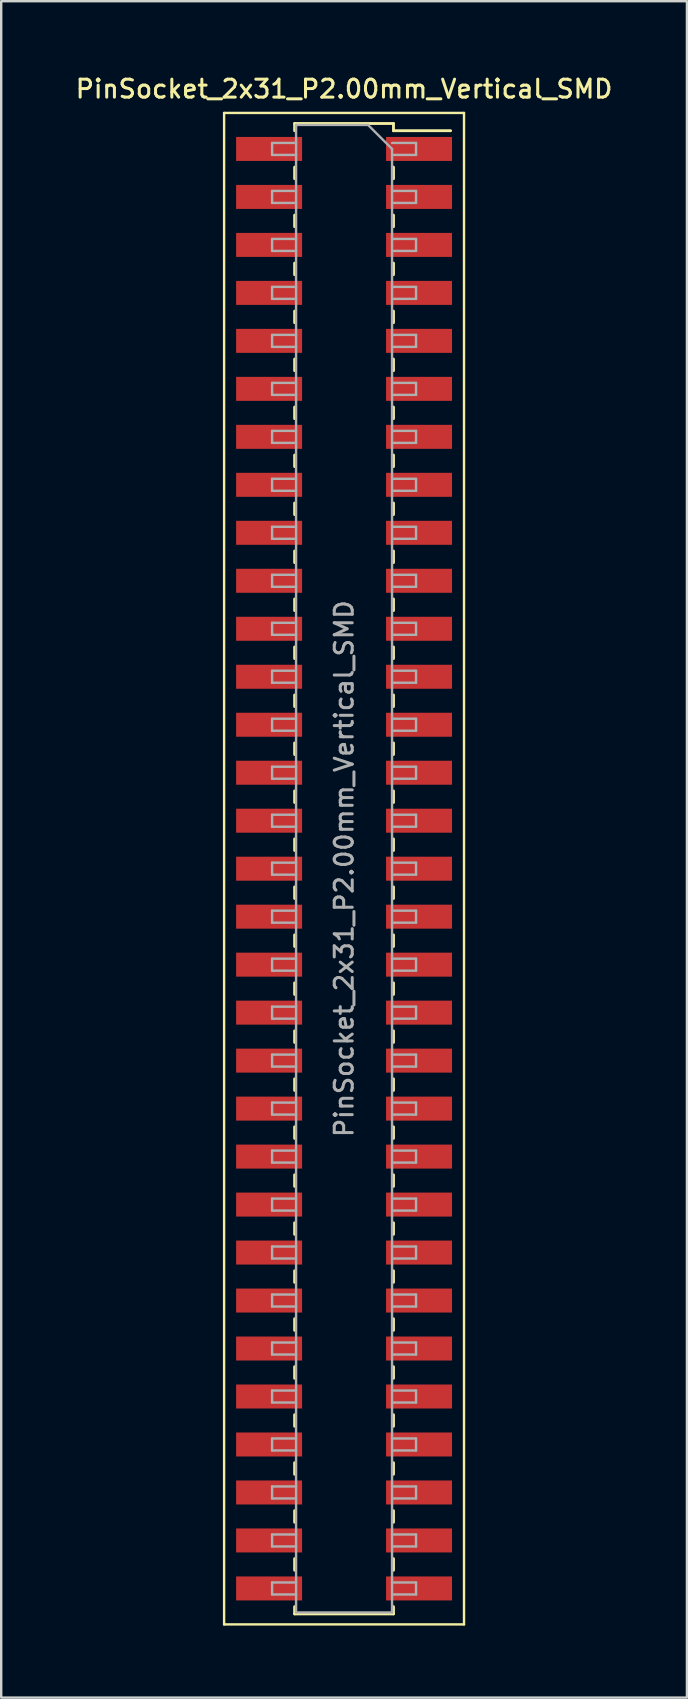
<source format=kicad_pcb>
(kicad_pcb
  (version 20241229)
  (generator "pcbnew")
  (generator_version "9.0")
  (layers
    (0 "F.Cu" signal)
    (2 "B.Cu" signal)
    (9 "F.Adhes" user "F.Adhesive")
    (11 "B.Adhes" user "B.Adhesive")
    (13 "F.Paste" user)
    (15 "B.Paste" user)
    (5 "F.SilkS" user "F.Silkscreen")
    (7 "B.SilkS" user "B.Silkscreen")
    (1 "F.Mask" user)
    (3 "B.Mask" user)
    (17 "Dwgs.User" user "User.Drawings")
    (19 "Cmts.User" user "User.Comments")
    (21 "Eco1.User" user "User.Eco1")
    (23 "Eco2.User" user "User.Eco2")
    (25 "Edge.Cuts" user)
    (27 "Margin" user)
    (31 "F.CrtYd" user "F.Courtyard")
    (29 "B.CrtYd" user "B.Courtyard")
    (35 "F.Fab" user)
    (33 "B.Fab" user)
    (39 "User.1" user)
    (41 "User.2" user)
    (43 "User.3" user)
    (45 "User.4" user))
  (footprint "PinSocket_2x31_P2.00mm_Vertical_SMD"
    (layer "F.Cu")
    (at 11.291 33.158)
    (property "Reference" "PinSocket_2x31_P2.00mm_Vertical_SMD" (at 0 -32.5 0) (layer "F.SilkS") (effects (font (size 0.75 0.75) (thickness 0.125))))
    (attr smd)
    (fp_line (start -5 -31.5) (end 5 -31.5) (stroke (width 0.1) (type solid)) (layer "F.SilkS"))
    (fp_line (start -5 31.5) (end -5 -31.5) (stroke (width 0.1) (type solid)) (layer "F.SilkS"))
    (fp_line (start -2.06 -31.06) (end -2.06 -30.76) (stroke (width 0.12) (type solid)) (layer "F.SilkS"))
    (fp_line (start -2.06 -31.06) (end 2.06 -31.06) (stroke (width 0.12) (type solid)) (layer "F.SilkS"))
    (fp_line (start -2.06 -29.24) (end -2.06 -28.76) (stroke (width 0.12) (type solid)) (layer "F.SilkS"))
    (fp_line (start -2.06 -27.24) (end -2.06 -26.76) (stroke (width 0.12) (type solid)) (layer "F.SilkS"))
    (fp_line (start -2.06 -25.24) (end -2.06 -24.76) (stroke (width 0.12) (type solid)) (layer "F.SilkS"))
    (fp_line (start -2.06 -23.24) (end -2.06 -22.76) (stroke (width 0.12) (type solid)) (layer "F.SilkS"))
    (fp_line (start -2.06 -21.24) (end -2.06 -20.76) (stroke (width 0.12) (type solid)) (layer "F.SilkS"))
    (fp_line (start -2.06 -19.24) (end -2.06 -18.76) (stroke (width 0.12) (type solid)) (layer "F.SilkS"))
    (fp_line (start -2.06 -17.24) (end -2.06 -16.76) (stroke (width 0.12) (type solid)) (layer "F.SilkS"))
    (fp_line (start -2.06 -15.24) (end -2.06 -14.76) (stroke (width 0.12) (type solid)) (layer "F.SilkS"))
    (fp_line (start -2.06 -13.24) (end -2.06 -12.76) (stroke (width 0.12) (type solid)) (layer "F.SilkS"))
    (fp_line (start -2.06 -11.24) (end -2.06 -10.76) (stroke (width 0.12) (type solid)) (layer "F.SilkS"))
    (fp_line (start -2.06 -9.24) (end -2.06 -8.76) (stroke (width 0.12) (type solid)) (layer "F.SilkS"))
    (fp_line (start -2.06 -7.24) (end -2.06 -6.76) (stroke (width 0.12) (type solid)) (layer "F.SilkS"))
    (fp_line (start -2.06 -5.24) (end -2.06 -4.76) (stroke (width 0.12) (type solid)) (layer "F.SilkS"))
    (fp_line (start -2.06 -3.24) (end -2.06 -2.76) (stroke (width 0.12) (type solid)) (layer "F.SilkS"))
    (fp_line (start -2.06 -1.24) (end -2.06 -0.76) (stroke (width 0.12) (type solid)) (layer "F.SilkS"))
    (fp_line (start -2.06 0.76) (end -2.06 1.24) (stroke (width 0.12) (type solid)) (layer "F.SilkS"))
    (fp_line (start -2.06 2.76) (end -2.06 3.24) (stroke (width 0.12) (type solid)) (layer "F.SilkS"))
    (fp_line (start -2.06 4.76) (end -2.06 5.24) (stroke (width 0.12) (type solid)) (layer "F.SilkS"))
    (fp_line (start -2.06 6.76) (end -2.06 7.24) (stroke (width 0.12) (type solid)) (layer "F.SilkS"))
    (fp_line (start -2.06 8.76) (end -2.06 9.24) (stroke (width 0.12) (type solid)) (layer "F.SilkS"))
    (fp_line (start -2.06 10.76) (end -2.06 11.24) (stroke (width 0.12) (type solid)) (layer "F.SilkS"))
    (fp_line (start -2.06 12.76) (end -2.06 13.24) (stroke (width 0.12) (type solid)) (layer "F.SilkS"))
    (fp_line (start -2.06 14.76) (end -2.06 15.24) (stroke (width 0.12) (type solid)) (layer "F.SilkS"))
    (fp_line (start -2.06 16.76) (end -2.06 17.24) (stroke (width 0.12) (type solid)) (layer "F.SilkS"))
    (fp_line (start -2.06 18.76) (end -2.06 19.24) (stroke (width 0.12) (type solid)) (layer "F.SilkS"))
    (fp_line (start -2.06 20.76) (end -2.06 21.24) (stroke (width 0.12) (type solid)) (layer "F.SilkS"))
    (fp_line (start -2.06 22.76) (end -2.06 23.24) (stroke (width 0.12) (type solid)) (layer "F.SilkS"))
    (fp_line (start -2.06 24.76) (end -2.06 25.24) (stroke (width 0.12) (type solid)) (layer "F.SilkS"))
    (fp_line (start -2.06 26.76) (end -2.06 27.24) (stroke (width 0.12) (type solid)) (layer "F.SilkS"))
    (fp_line (start -2.06 28.76) (end -2.06 29.24) (stroke (width 0.12) (type solid)) (layer "F.SilkS"))
    (fp_line (start -2.06 30.76) (end -2.06 31.06) (stroke (width 0.12) (type solid)) (layer "F.SilkS"))
    (fp_line (start -2.06 31.06) (end 2.06 31.06) (stroke (width 0.12) (type solid)) (layer "F.SilkS"))
    (fp_line (start 2.06 -31.06) (end 2.06 -30.76) (stroke (width 0.12) (type solid)) (layer "F.SilkS"))
    (fp_line (start 2.06 -30.76) (end 4.44 -30.76) (stroke (width 0.12) (type solid)) (layer "F.SilkS"))
    (fp_line (start 2.06 -29.24) (end 2.06 -28.76) (stroke (width 0.12) (type solid)) (layer "F.SilkS"))
    (fp_line (start 2.06 -27.24) (end 2.06 -26.76) (stroke (width 0.12) (type solid)) (layer "F.SilkS"))
    (fp_line (start 2.06 -25.24) (end 2.06 -24.76) (stroke (width 0.12) (type solid)) (layer "F.SilkS"))
    (fp_line (start 2.06 -23.24) (end 2.06 -22.76) (stroke (width 0.12) (type solid)) (layer "F.SilkS"))
    (fp_line (start 2.06 -21.24) (end 2.06 -20.76) (stroke (width 0.12) (type solid)) (layer "F.SilkS"))
    (fp_line (start 2.06 -19.24) (end 2.06 -18.76) (stroke (width 0.12) (type solid)) (layer "F.SilkS"))
    (fp_line (start 2.06 -17.24) (end 2.06 -16.76) (stroke (width 0.12) (type solid)) (layer "F.SilkS"))
    (fp_line (start 2.06 -15.24) (end 2.06 -14.76) (stroke (width 0.12) (type solid)) (layer "F.SilkS"))
    (fp_line (start 2.06 -13.24) (end 2.06 -12.76) (stroke (width 0.12) (type solid)) (layer "F.SilkS"))
    (fp_line (start 2.06 -11.24) (end 2.06 -10.76) (stroke (width 0.12) (type solid)) (layer "F.SilkS"))
    (fp_line (start 2.06 -9.24) (end 2.06 -8.76) (stroke (width 0.12) (type solid)) (layer "F.SilkS"))
    (fp_line (start 2.06 -7.24) (end 2.06 -6.76) (stroke (width 0.12) (type solid)) (layer "F.SilkS"))
    (fp_line (start 2.06 -5.24) (end 2.06 -4.76) (stroke (width 0.12) (type solid)) (layer "F.SilkS"))
    (fp_line (start 2.06 -3.24) (end 2.06 -2.76) (stroke (width 0.12) (type solid)) (layer "F.SilkS"))
    (fp_line (start 2.06 -1.24) (end 2.06 -0.76) (stroke (width 0.12) (type solid)) (layer "F.SilkS"))
    (fp_line (start 2.06 0.76) (end 2.06 1.24) (stroke (width 0.12) (type solid)) (layer "F.SilkS"))
    (fp_line (start 2.06 2.76) (end 2.06 3.24) (stroke (width 0.12) (type solid)) (layer "F.SilkS"))
    (fp_line (start 2.06 4.76) (end 2.06 5.24) (stroke (width 0.12) (type solid)) (layer "F.SilkS"))
    (fp_line (start 2.06 6.76) (end 2.06 7.24) (stroke (width 0.12) (type solid)) (layer "F.SilkS"))
    (fp_line (start 2.06 8.76) (end 2.06 9.24) (stroke (width 0.12) (type solid)) (layer "F.SilkS"))
    (fp_line (start 2.06 10.76) (end 2.06 11.24) (stroke (width 0.12) (type solid)) (layer "F.SilkS"))
    (fp_line (start 2.06 12.76) (end 2.06 13.24) (stroke (width 0.12) (type solid)) (layer "F.SilkS"))
    (fp_line (start 2.06 14.76) (end 2.06 15.24) (stroke (width 0.12) (type solid)) (layer "F.SilkS"))
    (fp_line (start 2.06 16.76) (end 2.06 17.24) (stroke (width 0.12) (type solid)) (layer "F.SilkS"))
    (fp_line (start 2.06 18.76) (end 2.06 19.24) (stroke (width 0.12) (type solid)) (layer "F.SilkS"))
    (fp_line (start 2.06 20.76) (end 2.06 21.24) (stroke (width 0.12) (type solid)) (layer "F.SilkS"))
    (fp_line (start 2.06 22.76) (end 2.06 23.24) (stroke (width 0.12) (type solid)) (layer "F.SilkS"))
    (fp_line (start 2.06 24.76) (end 2.06 25.24) (stroke (width 0.12) (type solid)) (layer "F.SilkS"))
    (fp_line (start 2.06 26.76) (end 2.06 27.24) (stroke (width 0.12) (type solid)) (layer "F.SilkS"))
    (fp_line (start 2.06 28.76) (end 2.06 29.24) (stroke (width 0.12) (type solid)) (layer "F.SilkS"))
    (fp_line (start 2.06 30.76) (end 2.06 31.06) (stroke (width 0.12) (type solid)) (layer "F.SilkS"))
    (fp_line (start 5 -31.5) (end 5 31.5) (stroke (width 0.1) (type solid)) (layer "F.SilkS"))
    (fp_line (start 5 31.5) (end -5 31.5) (stroke (width 0.1) (type solid)) (layer "F.SilkS"))
    (fp_line (start -3 -30.25) (end -2 -30.25) (stroke (width 0.1) (type solid)) (layer "F.Fab"))
    (fp_line (start -3 -29.75) (end -3 -30.25) (stroke (width 0.1) (type solid)) (layer "F.Fab"))
    (fp_line (start -3 -28.25) (end -2 -28.25) (stroke (width 0.1) (type solid)) (layer "F.Fab"))
    (fp_line (start -3 -27.75) (end -3 -28.25) (stroke (width 0.1) (type solid)) (layer "F.Fab"))
    (fp_line (start -3 -26.25) (end -2 -26.25) (stroke (width 0.1) (type solid)) (layer "F.Fab"))
    (fp_line (start -3 -25.75) (end -3 -26.25) (stroke (width 0.1) (type solid)) (layer "F.Fab"))
    (fp_line (start -3 -24.25) (end -2 -24.25) (stroke (width 0.1) (type solid)) (layer "F.Fab"))
    (fp_line (start -3 -23.75) (end -3 -24.25) (stroke (width 0.1) (type solid)) (layer "F.Fab"))
    (fp_line (start -3 -22.25) (end -2 -22.25) (stroke (width 0.1) (type solid)) (layer "F.Fab"))
    (fp_line (start -3 -21.75) (end -3 -22.25) (stroke (width 0.1) (type solid)) (layer "F.Fab"))
    (fp_line (start -3 -20.25) (end -2 -20.25) (stroke (width 0.1) (type solid)) (layer "F.Fab"))
    (fp_line (start -3 -19.75) (end -3 -20.25) (stroke (width 0.1) (type solid)) (layer "F.Fab"))
    (fp_line (start -3 -18.25) (end -2 -18.25) (stroke (width 0.1) (type solid)) (layer "F.Fab"))
    (fp_line (start -3 -17.75) (end -3 -18.25) (stroke (width 0.1) (type solid)) (layer "F.Fab"))
    (fp_line (start -3 -16.25) (end -2 -16.25) (stroke (width 0.1) (type solid)) (layer "F.Fab"))
    (fp_line (start -3 -15.75) (end -3 -16.25) (stroke (width 0.1) (type solid)) (layer "F.Fab"))
    (fp_line (start -3 -14.25) (end -2 -14.25) (stroke (width 0.1) (type solid)) (layer "F.Fab"))
    (fp_line (start -3 -13.75) (end -3 -14.25) (stroke (width 0.1) (type solid)) (layer "F.Fab"))
    (fp_line (start -3 -12.25) (end -2 -12.25) (stroke (width 0.1) (type solid)) (layer "F.Fab"))
    (fp_line (start -3 -11.75) (end -3 -12.25) (stroke (width 0.1) (type solid)) (layer "F.Fab"))
    (fp_line (start -3 -10.25) (end -2 -10.25) (stroke (width 0.1) (type solid)) (layer "F.Fab"))
    (fp_line (start -3 -9.75) (end -3 -10.25) (stroke (width 0.1) (type solid)) (layer "F.Fab"))
    (fp_line (start -3 -8.25) (end -2 -8.25) (stroke (width 0.1) (type solid)) (layer "F.Fab"))
    (fp_line (start -3 -7.75) (end -3 -8.25) (stroke (width 0.1) (type solid)) (layer "F.Fab"))
    (fp_line (start -3 -6.25) (end -2 -6.25) (stroke (width 0.1) (type solid)) (layer "F.Fab"))
    (fp_line (start -3 -5.75) (end -3 -6.25) (stroke (width 0.1) (type solid)) (layer "F.Fab"))
    (fp_line (start -3 -4.25) (end -2 -4.25) (stroke (width 0.1) (type solid)) (layer "F.Fab"))
    (fp_line (start -3 -3.75) (end -3 -4.25) (stroke (width 0.1) (type solid)) (layer "F.Fab"))
    (fp_line (start -3 -2.25) (end -2 -2.25) (stroke (width 0.1) (type solid)) (layer "F.Fab"))
    (fp_line (start -3 -1.75) (end -3 -2.25) (stroke (width 0.1) (type solid)) (layer "F.Fab"))
    (fp_line (start -3 -0.25) (end -2 -0.25) (stroke (width 0.1) (type solid)) (layer "F.Fab"))
    (fp_line (start -3 0.25) (end -3 -0.25) (stroke (width 0.1) (type solid)) (layer "F.Fab"))
    (fp_line (start -3 1.75) (end -2 1.75) (stroke (width 0.1) (type solid)) (layer "F.Fab"))
    (fp_line (start -3 2.25) (end -3 1.75) (stroke (width 0.1) (type solid)) (layer "F.Fab"))
    (fp_line (start -3 3.75) (end -2 3.75) (stroke (width 0.1) (type solid)) (layer "F.Fab"))
    (fp_line (start -3 4.25) (end -3 3.75) (stroke (width 0.1) (type solid)) (layer "F.Fab"))
    (fp_line (start -3 5.75) (end -2 5.75) (stroke (width 0.1) (type solid)) (layer "F.Fab"))
    (fp_line (start -3 6.25) (end -3 5.75) (stroke (width 0.1) (type solid)) (layer "F.Fab"))
    (fp_line (start -3 7.75) (end -2 7.75) (stroke (width 0.1) (type solid)) (layer "F.Fab"))
    (fp_line (start -3 8.25) (end -3 7.75) (stroke (width 0.1) (type solid)) (layer "F.Fab"))
    (fp_line (start -3 9.75) (end -2 9.75) (stroke (width 0.1) (type solid)) (layer "F.Fab"))
    (fp_line (start -3 10.25) (end -3 9.75) (stroke (width 0.1) (type solid)) (layer "F.Fab"))
    (fp_line (start -3 11.75) (end -2 11.75) (stroke (width 0.1) (type solid)) (layer "F.Fab"))
    (fp_line (start -3 12.25) (end -3 11.75) (stroke (width 0.1) (type solid)) (layer "F.Fab"))
    (fp_line (start -3 13.75) (end -2 13.75) (stroke (width 0.1) (type solid)) (layer "F.Fab"))
    (fp_line (start -3 14.25) (end -3 13.75) (stroke (width 0.1) (type solid)) (layer "F.Fab"))
    (fp_line (start -3 15.75) (end -2 15.75) (stroke (width 0.1) (type solid)) (layer "F.Fab"))
    (fp_line (start -3 16.25) (end -3 15.75) (stroke (width 0.1) (type solid)) (layer "F.Fab"))
    (fp_line (start -3 17.75) (end -2 17.75) (stroke (width 0.1) (type solid)) (layer "F.Fab"))
    (fp_line (start -3 18.25) (end -3 17.75) (stroke (width 0.1) (type solid)) (layer "F.Fab"))
    (fp_line (start -3 19.75) (end -2 19.75) (stroke (width 0.1) (type solid)) (layer "F.Fab"))
    (fp_line (start -3 20.25) (end -3 19.75) (stroke (width 0.1) (type solid)) (layer "F.Fab"))
    (fp_line (start -3 21.75) (end -2 21.75) (stroke (width 0.1) (type solid)) (layer "F.Fab"))
    (fp_line (start -3 22.25) (end -3 21.75) (stroke (width 0.1) (type solid)) (layer "F.Fab"))
    (fp_line (start -3 23.75) (end -2 23.75) (stroke (width 0.1) (type solid)) (layer "F.Fab"))
    (fp_line (start -3 24.25) (end -3 23.75) (stroke (width 0.1) (type solid)) (layer "F.Fab"))
    (fp_line (start -3 25.75) (end -2 25.75) (stroke (width 0.1) (type solid)) (layer "F.Fab"))
    (fp_line (start -3 26.25) (end -3 25.75) (stroke (width 0.1) (type solid)) (layer "F.Fab"))
    (fp_line (start -3 27.75) (end -2 27.75) (stroke (width 0.1) (type solid)) (layer "F.Fab"))
    (fp_line (start -3 28.25) (end -3 27.75) (stroke (width 0.1) (type solid)) (layer "F.Fab"))
    (fp_line (start -3 29.75) (end -2 29.75) (stroke (width 0.1) (type solid)) (layer "F.Fab"))
    (fp_line (start -3 30.25) (end -3 29.75) (stroke (width 0.1) (type solid)) (layer "F.Fab"))
    (fp_line (start -2 -31) (end 1 -31) (stroke (width 0.1) (type solid)) (layer "F.Fab"))
    (fp_line (start -2 -29.75) (end -3 -29.75) (stroke (width 0.1) (type solid)) (layer "F.Fab"))
    (fp_line (start -2 -27.75) (end -3 -27.75) (stroke (width 0.1) (type solid)) (layer "F.Fab"))
    (fp_line (start -2 -25.75) (end -3 -25.75) (stroke (width 0.1) (type solid)) (layer "F.Fab"))
    (fp_line (start -2 -23.75) (end -3 -23.75) (stroke (width 0.1) (type solid)) (layer "F.Fab"))
    (fp_line (start -2 -21.75) (end -3 -21.75) (stroke (width 0.1) (type solid)) (layer "F.Fab"))
    (fp_line (start -2 -19.75) (end -3 -19.75) (stroke (width 0.1) (type solid)) (layer "F.Fab"))
    (fp_line (start -2 -17.75) (end -3 -17.75) (stroke (width 0.1) (type solid)) (layer "F.Fab"))
    (fp_line (start -2 -15.75) (end -3 -15.75) (stroke (width 0.1) (type solid)) (layer "F.Fab"))
    (fp_line (start -2 -13.75) (end -3 -13.75) (stroke (width 0.1) (type solid)) (layer "F.Fab"))
    (fp_line (start -2 -11.75) (end -3 -11.75) (stroke (width 0.1) (type solid)) (layer "F.Fab"))
    (fp_line (start -2 -9.75) (end -3 -9.75) (stroke (width 0.1) (type solid)) (layer "F.Fab"))
    (fp_line (start -2 -7.75) (end -3 -7.75) (stroke (width 0.1) (type solid)) (layer "F.Fab"))
    (fp_line (start -2 -5.75) (end -3 -5.75) (stroke (width 0.1) (type solid)) (layer "F.Fab"))
    (fp_line (start -2 -3.75) (end -3 -3.75) (stroke (width 0.1) (type solid)) (layer "F.Fab"))
    (fp_line (start -2 -1.75) (end -3 -1.75) (stroke (width 0.1) (type solid)) (layer "F.Fab"))
    (fp_line (start -2 0.25) (end -3 0.25) (stroke (width 0.1) (type solid)) (layer "F.Fab"))
    (fp_line (start -2 2.25) (end -3 2.25) (stroke (width 0.1) (type solid)) (layer "F.Fab"))
    (fp_line (start -2 4.25) (end -3 4.25) (stroke (width 0.1) (type solid)) (layer "F.Fab"))
    (fp_line (start -2 6.25) (end -3 6.25) (stroke (width 0.1) (type solid)) (layer "F.Fab"))
    (fp_line (start -2 8.25) (end -3 8.25) (stroke (width 0.1) (type solid)) (layer "F.Fab"))
    (fp_line (start -2 10.25) (end -3 10.25) (stroke (width 0.1) (type solid)) (layer "F.Fab"))
    (fp_line (start -2 12.25) (end -3 12.25) (stroke (width 0.1) (type solid)) (layer "F.Fab"))
    (fp_line (start -2 14.25) (end -3 14.25) (stroke (width 0.1) (type solid)) (layer "F.Fab"))
    (fp_line (start -2 16.25) (end -3 16.25) (stroke (width 0.1) (type solid)) (layer "F.Fab"))
    (fp_line (start -2 18.25) (end -3 18.25) (stroke (width 0.1) (type solid)) (layer "F.Fab"))
    (fp_line (start -2 20.25) (end -3 20.25) (stroke (width 0.1) (type solid)) (layer "F.Fab"))
    (fp_line (start -2 22.25) (end -3 22.25) (stroke (width 0.1) (type solid)) (layer "F.Fab"))
    (fp_line (start -2 24.25) (end -3 24.25) (stroke (width 0.1) (type solid)) (layer "F.Fab"))
    (fp_line (start -2 26.25) (end -3 26.25) (stroke (width 0.1) (type solid)) (layer "F.Fab"))
    (fp_line (start -2 28.25) (end -3 28.25) (stroke (width 0.1) (type solid)) (layer "F.Fab"))
    (fp_line (start -2 30.25) (end -3 30.25) (stroke (width 0.1) (type solid)) (layer "F.Fab"))
    (fp_line (start -2 31) (end -2 -31) (stroke (width 0.1) (type solid)) (layer "F.Fab"))
    (fp_line (start 1 -31) (end 2 -30) (stroke (width 0.1) (type solid)) (layer "F.Fab"))
    (fp_line (start 2 -30.25) (end 3 -30.25) (stroke (width 0.1) (type solid)) (layer "F.Fab"))
    (fp_line (start 2 -30) (end 2 31) (stroke (width 0.1) (type solid)) (layer "F.Fab"))
    (fp_line (start 2 -28.25) (end 3 -28.25) (stroke (width 0.1) (type solid)) (layer "F.Fab"))
    (fp_line (start 2 -26.25) (end 3 -26.25) (stroke (width 0.1) (type solid)) (layer "F.Fab"))
    (fp_line (start 2 -24.25) (end 3 -24.25) (stroke (width 0.1) (type solid)) (layer "F.Fab"))
    (fp_line (start 2 -22.25) (end 3 -22.25) (stroke (width 0.1) (type solid)) (layer "F.Fab"))
    (fp_line (start 2 -20.25) (end 3 -20.25) (stroke (width 0.1) (type solid)) (layer "F.Fab"))
    (fp_line (start 2 -18.25) (end 3 -18.25) (stroke (width 0.1) (type solid)) (layer "F.Fab"))
    (fp_line (start 2 -16.25) (end 3 -16.25) (stroke (width 0.1) (type solid)) (layer "F.Fab"))
    (fp_line (start 2 -14.25) (end 3 -14.25) (stroke (width 0.1) (type solid)) (layer "F.Fab"))
    (fp_line (start 2 -12.25) (end 3 -12.25) (stroke (width 0.1) (type solid)) (layer "F.Fab"))
    (fp_line (start 2 -10.25) (end 3 -10.25) (stroke (width 0.1) (type solid)) (layer "F.Fab"))
    (fp_line (start 2 -8.25) (end 3 -8.25) (stroke (width 0.1) (type solid)) (layer "F.Fab"))
    (fp_line (start 2 -6.25) (end 3 -6.25) (stroke (width 0.1) (type solid)) (layer "F.Fab"))
    (fp_line (start 2 -4.25) (end 3 -4.25) (stroke (width 0.1) (type solid)) (layer "F.Fab"))
    (fp_line (start 2 -2.25) (end 3 -2.25) (stroke (width 0.1) (type solid)) (layer "F.Fab"))
    (fp_line (start 2 -0.25) (end 3 -0.25) (stroke (width 0.1) (type solid)) (layer "F.Fab"))
    (fp_line (start 2 1.75) (end 3 1.75) (stroke (width 0.1) (type solid)) (layer "F.Fab"))
    (fp_line (start 2 3.75) (end 3 3.75) (stroke (width 0.1) (type solid)) (layer "F.Fab"))
    (fp_line (start 2 5.75) (end 3 5.75) (stroke (width 0.1) (type solid)) (layer "F.Fab"))
    (fp_line (start 2 7.75) (end 3 7.75) (stroke (width 0.1) (type solid)) (layer "F.Fab"))
    (fp_line (start 2 9.75) (end 3 9.75) (stroke (width 0.1) (type solid)) (layer "F.Fab"))
    (fp_line (start 2 11.75) (end 3 11.75) (stroke (width 0.1) (type solid)) (layer "F.Fab"))
    (fp_line (start 2 13.75) (end 3 13.75) (stroke (width 0.1) (type solid)) (layer "F.Fab"))
    (fp_line (start 2 15.75) (end 3 15.75) (stroke (width 0.1) (type solid)) (layer "F.Fab"))
    (fp_line (start 2 17.75) (end 3 17.75) (stroke (width 0.1) (type solid)) (layer "F.Fab"))
    (fp_line (start 2 19.75) (end 3 19.75) (stroke (width 0.1) (type solid)) (layer "F.Fab"))
    (fp_line (start 2 21.75) (end 3 21.75) (stroke (width 0.1) (type solid)) (layer "F.Fab"))
    (fp_line (start 2 23.75) (end 3 23.75) (stroke (width 0.1) (type solid)) (layer "F.Fab"))
    (fp_line (start 2 25.75) (end 3 25.75) (stroke (width 0.1) (type solid)) (layer "F.Fab"))
    (fp_line (start 2 27.75) (end 3 27.75) (stroke (width 0.1) (type solid)) (layer "F.Fab"))
    (fp_line (start 2 29.75) (end 3 29.75) (stroke (width 0.1) (type solid)) (layer "F.Fab"))
    (fp_line (start 2 31) (end -2 31) (stroke (width 0.1) (type solid)) (layer "F.Fab"))
    (fp_line (start 3 -30.25) (end 3 -29.75) (stroke (width 0.1) (type solid)) (layer "F.Fab"))
    (fp_line (start 3 -29.75) (end 2 -29.75) (stroke (width 0.1) (type solid)) (layer "F.Fab"))
    (fp_line (start 3 -28.25) (end 3 -27.75) (stroke (width 0.1) (type solid)) (layer "F.Fab"))
    (fp_line (start 3 -27.75) (end 2 -27.75) (stroke (width 0.1) (type solid)) (layer "F.Fab"))
    (fp_line (start 3 -26.25) (end 3 -25.75) (stroke (width 0.1) (type solid)) (layer "F.Fab"))
    (fp_line (start 3 -25.75) (end 2 -25.75) (stroke (width 0.1) (type solid)) (layer "F.Fab"))
    (fp_line (start 3 -24.25) (end 3 -23.75) (stroke (width 0.1) (type solid)) (layer "F.Fab"))
    (fp_line (start 3 -23.75) (end 2 -23.75) (stroke (width 0.1) (type solid)) (layer "F.Fab"))
    (fp_line (start 3 -22.25) (end 3 -21.75) (stroke (width 0.1) (type solid)) (layer "F.Fab"))
    (fp_line (start 3 -21.75) (end 2 -21.75) (stroke (width 0.1) (type solid)) (layer "F.Fab"))
    (fp_line (start 3 -20.25) (end 3 -19.75) (stroke (width 0.1) (type solid)) (layer "F.Fab"))
    (fp_line (start 3 -19.75) (end 2 -19.75) (stroke (width 0.1) (type solid)) (layer "F.Fab"))
    (fp_line (start 3 -18.25) (end 3 -17.75) (stroke (width 0.1) (type solid)) (layer "F.Fab"))
    (fp_line (start 3 -17.75) (end 2 -17.75) (stroke (width 0.1) (type solid)) (layer "F.Fab"))
    (fp_line (start 3 -16.25) (end 3 -15.75) (stroke (width 0.1) (type solid)) (layer "F.Fab"))
    (fp_line (start 3 -15.75) (end 2 -15.75) (stroke (width 0.1) (type solid)) (layer "F.Fab"))
    (fp_line (start 3 -14.25) (end 3 -13.75) (stroke (width 0.1) (type solid)) (layer "F.Fab"))
    (fp_line (start 3 -13.75) (end 2 -13.75) (stroke (width 0.1) (type solid)) (layer "F.Fab"))
    (fp_line (start 3 -12.25) (end 3 -11.75) (stroke (width 0.1) (type solid)) (layer "F.Fab"))
    (fp_line (start 3 -11.75) (end 2 -11.75) (stroke (width 0.1) (type solid)) (layer "F.Fab"))
    (fp_line (start 3 -10.25) (end 3 -9.75) (stroke (width 0.1) (type solid)) (layer "F.Fab"))
    (fp_line (start 3 -9.75) (end 2 -9.75) (stroke (width 0.1) (type solid)) (layer "F.Fab"))
    (fp_line (start 3 -8.25) (end 3 -7.75) (stroke (width 0.1) (type solid)) (layer "F.Fab"))
    (fp_line (start 3 -7.75) (end 2 -7.75) (stroke (width 0.1) (type solid)) (layer "F.Fab"))
    (fp_line (start 3 -6.25) (end 3 -5.75) (stroke (width 0.1) (type solid)) (layer "F.Fab"))
    (fp_line (start 3 -5.75) (end 2 -5.75) (stroke (width 0.1) (type solid)) (layer "F.Fab"))
    (fp_line (start 3 -4.25) (end 3 -3.75) (stroke (width 0.1) (type solid)) (layer "F.Fab"))
    (fp_line (start 3 -3.75) (end 2 -3.75) (stroke (width 0.1) (type solid)) (layer "F.Fab"))
    (fp_line (start 3 -2.25) (end 3 -1.75) (stroke (width 0.1) (type solid)) (layer "F.Fab"))
    (fp_line (start 3 -1.75) (end 2 -1.75) (stroke (width 0.1) (type solid)) (layer "F.Fab"))
    (fp_line (start 3 -0.25) (end 3 0.25) (stroke (width 0.1) (type solid)) (layer "F.Fab"))
    (fp_line (start 3 0.25) (end 2 0.25) (stroke (width 0.1) (type solid)) (layer "F.Fab"))
    (fp_line (start 3 1.75) (end 3 2.25) (stroke (width 0.1) (type solid)) (layer "F.Fab"))
    (fp_line (start 3 2.25) (end 2 2.25) (stroke (width 0.1) (type solid)) (layer "F.Fab"))
    (fp_line (start 3 3.75) (end 3 4.25) (stroke (width 0.1) (type solid)) (layer "F.Fab"))
    (fp_line (start 3 4.25) (end 2 4.25) (stroke (width 0.1) (type solid)) (layer "F.Fab"))
    (fp_line (start 3 5.75) (end 3 6.25) (stroke (width 0.1) (type solid)) (layer "F.Fab"))
    (fp_line (start 3 6.25) (end 2 6.25) (stroke (width 0.1) (type solid)) (layer "F.Fab"))
    (fp_line (start 3 7.75) (end 3 8.25) (stroke (width 0.1) (type solid)) (layer "F.Fab"))
    (fp_line (start 3 8.25) (end 2 8.25) (stroke (width 0.1) (type solid)) (layer "F.Fab"))
    (fp_line (start 3 9.75) (end 3 10.25) (stroke (width 0.1) (type solid)) (layer "F.Fab"))
    (fp_line (start 3 10.25) (end 2 10.25) (stroke (width 0.1) (type solid)) (layer "F.Fab"))
    (fp_line (start 3 11.75) (end 3 12.25) (stroke (width 0.1) (type solid)) (layer "F.Fab"))
    (fp_line (start 3 12.25) (end 2 12.25) (stroke (width 0.1) (type solid)) (layer "F.Fab"))
    (fp_line (start 3 13.75) (end 3 14.25) (stroke (width 0.1) (type solid)) (layer "F.Fab"))
    (fp_line (start 3 14.25) (end 2 14.25) (stroke (width 0.1) (type solid)) (layer "F.Fab"))
    (fp_line (start 3 15.75) (end 3 16.25) (stroke (width 0.1) (type solid)) (layer "F.Fab"))
    (fp_line (start 3 16.25) (end 2 16.25) (stroke (width 0.1) (type solid)) (layer "F.Fab"))
    (fp_line (start 3 17.75) (end 3 18.25) (stroke (width 0.1) (type solid)) (layer "F.Fab"))
    (fp_line (start 3 18.25) (end 2 18.25) (stroke (width 0.1) (type solid)) (layer "F.Fab"))
    (fp_line (start 3 19.75) (end 3 20.25) (stroke (width 0.1) (type solid)) (layer "F.Fab"))
    (fp_line (start 3 20.25) (end 2 20.25) (stroke (width 0.1) (type solid)) (layer "F.Fab"))
    (fp_line (start 3 21.75) (end 3 22.25) (stroke (width 0.1) (type solid)) (layer "F.Fab"))
    (fp_line (start 3 22.25) (end 2 22.25) (stroke (width 0.1) (type solid)) (layer "F.Fab"))
    (fp_line (start 3 23.75) (end 3 24.25) (stroke (width 0.1) (type solid)) (layer "F.Fab"))
    (fp_line (start 3 24.25) (end 2 24.25) (stroke (width 0.1) (type solid)) (layer "F.Fab"))
    (fp_line (start 3 25.75) (end 3 26.25) (stroke (width 0.1) (type solid)) (layer "F.Fab"))
    (fp_line (start 3 26.25) (end 2 26.25) (stroke (width 0.1) (type solid)) (layer "F.Fab"))
    (fp_line (start 3 27.75) (end 3 28.25) (stroke (width 0.1) (type solid)) (layer "F.Fab"))
    (fp_line (start 3 28.25) (end 2 28.25) (stroke (width 0.1) (type solid)) (layer "F.Fab"))
    (fp_line (start 3 29.75) (end 3 30.25) (stroke (width 0.1) (type solid)) (layer "F.Fab"))
    (fp_line (start 3 30.25) (end 2 30.25) (stroke (width 0.1) (type solid)) (layer "F.Fab"))
    (fp_text user "${REFERENCE}" (at 0 0 90) (layer "F.Fab") (effects (font (size 0.75 0.75) (thickness 0.125))))
    (pad "1" smd rect (at 3.125 -30) (size 2.75 1) (layers "F.Cu" "F.Mask" "F.Paste"))
    (pad "2" smd rect (at -3.125 -30) (size 2.75 1) (layers "F.Cu" "F.Mask" "F.Paste"))
    (pad "3" smd rect (at 3.125 -28) (size 2.75 1) (layers "F.Cu" "F.Mask" "F.Paste"))
    (pad "4" smd rect (at -3.125 -28) (size 2.75 1) (layers "F.Cu" "F.Mask" "F.Paste"))
    (pad "5" smd rect (at 3.125 -26) (size 2.75 1) (layers "F.Cu" "F.Mask" "F.Paste"))
    (pad "6" smd rect (at -3.125 -26) (size 2.75 1) (layers "F.Cu" "F.Mask" "F.Paste"))
    (pad "7" smd rect (at 3.125 -24) (size 2.75 1) (layers "F.Cu" "F.Mask" "F.Paste"))
    (pad "8" smd rect (at -3.125 -24) (size 2.75 1) (layers "F.Cu" "F.Mask" "F.Paste"))
    (pad "9" smd rect (at 3.125 -22) (size 2.75 1) (layers "F.Cu" "F.Mask" "F.Paste"))
    (pad "10" smd rect (at -3.125 -22) (size 2.75 1) (layers "F.Cu" "F.Mask" "F.Paste"))
    (pad "11" smd rect (at 3.125 -20) (size 2.75 1) (layers "F.Cu" "F.Mask" "F.Paste"))
    (pad "12" smd rect (at -3.125 -20) (size 2.75 1) (layers "F.Cu" "F.Mask" "F.Paste"))
    (pad "13" smd rect (at 3.125 -18) (size 2.75 1) (layers "F.Cu" "F.Mask" "F.Paste"))
    (pad "14" smd rect (at -3.125 -18) (size 2.75 1) (layers "F.Cu" "F.Mask" "F.Paste"))
    (pad "15" smd rect (at 3.125 -16) (size 2.75 1) (layers "F.Cu" "F.Mask" "F.Paste"))
    (pad "16" smd rect (at -3.125 -16) (size 2.75 1) (layers "F.Cu" "F.Mask" "F.Paste"))
    (pad "17" smd rect (at 3.125 -14) (size 2.75 1) (layers "F.Cu" "F.Mask" "F.Paste"))
    (pad "18" smd rect (at -3.125 -14) (size 2.75 1) (layers "F.Cu" "F.Mask" "F.Paste"))
    (pad "19" smd rect (at 3.125 -12) (size 2.75 1) (layers "F.Cu" "F.Mask" "F.Paste"))
    (pad "20" smd rect (at -3.125 -12) (size 2.75 1) (layers "F.Cu" "F.Mask" "F.Paste"))
    (pad "21" smd rect (at 3.125 -10) (size 2.75 1) (layers "F.Cu" "F.Mask" "F.Paste"))
    (pad "22" smd rect (at -3.125 -10) (size 2.75 1) (layers "F.Cu" "F.Mask" "F.Paste"))
    (pad "23" smd rect (at 3.125 -8) (size 2.75 1) (layers "F.Cu" "F.Mask" "F.Paste"))
    (pad "24" smd rect (at -3.125 -8) (size 2.75 1) (layers "F.Cu" "F.Mask" "F.Paste"))
    (pad "25" smd rect (at 3.125 -6) (size 2.75 1) (layers "F.Cu" "F.Mask" "F.Paste"))
    (pad "26" smd rect (at -3.125 -6) (size 2.75 1) (layers "F.Cu" "F.Mask" "F.Paste"))
    (pad "27" smd rect (at 3.125 -4) (size 2.75 1) (layers "F.Cu" "F.Mask" "F.Paste"))
    (pad "28" smd rect (at -3.125 -4) (size 2.75 1) (layers "F.Cu" "F.Mask" "F.Paste"))
    (pad "29" smd rect (at 3.125 -2) (size 2.75 1) (layers "F.Cu" "F.Mask" "F.Paste"))
    (pad "30" smd rect (at -3.125 -2) (size 2.75 1) (layers "F.Cu" "F.Mask" "F.Paste"))
    (pad "31" smd rect (at 3.125 0) (size 2.75 1) (layers "F.Cu" "F.Mask" "F.Paste"))
    (pad "32" smd rect (at -3.125 0) (size 2.75 1) (layers "F.Cu" "F.Mask" "F.Paste"))
    (pad "33" smd rect (at 3.125 2) (size 2.75 1) (layers "F.Cu" "F.Mask" "F.Paste"))
    (pad "34" smd rect (at -3.125 2) (size 2.75 1) (layers "F.Cu" "F.Mask" "F.Paste"))
    (pad "35" smd rect (at 3.125 4) (size 2.75 1) (layers "F.Cu" "F.Mask" "F.Paste"))
    (pad "36" smd rect (at -3.125 4) (size 2.75 1) (layers "F.Cu" "F.Mask" "F.Paste"))
    (pad "37" smd rect (at 3.125 6) (size 2.75 1) (layers "F.Cu" "F.Mask" "F.Paste"))
    (pad "38" smd rect (at -3.125 6) (size 2.75 1) (layers "F.Cu" "F.Mask" "F.Paste"))
    (pad "39" smd rect (at 3.125 8) (size 2.75 1) (layers "F.Cu" "F.Mask" "F.Paste"))
    (pad "40" smd rect (at -3.125 8) (size 2.75 1) (layers "F.Cu" "F.Mask" "F.Paste"))
    (pad "41" smd rect (at 3.125 10) (size 2.75 1) (layers "F.Cu" "F.Mask" "F.Paste"))
    (pad "42" smd rect (at -3.125 10) (size 2.75 1) (layers "F.Cu" "F.Mask" "F.Paste"))
    (pad "43" smd rect (at 3.125 12) (size 2.75 1) (layers "F.Cu" "F.Mask" "F.Paste"))
    (pad "44" smd rect (at -3.125 12) (size 2.75 1) (layers "F.Cu" "F.Mask" "F.Paste"))
    (pad "45" smd rect (at 3.125 14) (size 2.75 1) (layers "F.Cu" "F.Mask" "F.Paste"))
    (pad "46" smd rect (at -3.125 14) (size 2.75 1) (layers "F.Cu" "F.Mask" "F.Paste"))
    (pad "47" smd rect (at 3.125 16) (size 2.75 1) (layers "F.Cu" "F.Mask" "F.Paste"))
    (pad "48" smd rect (at -3.125 16) (size 2.75 1) (layers "F.Cu" "F.Mask" "F.Paste"))
    (pad "49" smd rect (at 3.125 18) (size 2.75 1) (layers "F.Cu" "F.Mask" "F.Paste"))
    (pad "50" smd rect (at -3.125 18) (size 2.75 1) (layers "F.Cu" "F.Mask" "F.Paste"))
    (pad "51" smd rect (at 3.125 20) (size 2.75 1) (layers "F.Cu" "F.Mask" "F.Paste"))
    (pad "52" smd rect (at -3.125 20) (size 2.75 1) (layers "F.Cu" "F.Mask" "F.Paste"))
    (pad "53" smd rect (at 3.125 22) (size 2.75 1) (layers "F.Cu" "F.Mask" "F.Paste"))
    (pad "54" smd rect (at -3.125 22) (size 2.75 1) (layers "F.Cu" "F.Mask" "F.Paste"))
    (pad "55" smd rect (at 3.125 24) (size 2.75 1) (layers "F.Cu" "F.Mask" "F.Paste"))
    (pad "56" smd rect (at -3.125 24) (size 2.75 1) (layers "F.Cu" "F.Mask" "F.Paste"))
    (pad "57" smd rect (at 3.125 26) (size 2.75 1) (layers "F.Cu" "F.Mask" "F.Paste"))
    (pad "58" smd rect (at -3.125 26) (size 2.75 1) (layers "F.Cu" "F.Mask" "F.Paste"))
    (pad "59" smd rect (at 3.125 28) (size 2.75 1) (layers "F.Cu" "F.Mask" "F.Paste"))
    (pad "60" smd rect (at -3.125 28) (size 2.75 1) (layers "F.Cu" "F.Mask" "F.Paste"))
    (pad "61" smd rect (at 3.125 30) (size 2.75 1) (layers "F.Cu" "F.Mask" "F.Paste"))
    (pad "62" smd rect (at -3.125 30) (size 2.75 1) (layers "F.Cu" "F.Mask" "F.Paste")))
  (gr_rect
    (start -3 -3)
    (end 25.582 67.708)
    (stroke (width 0.1) (type default))
    (fill no)
    (layer "Edge.Cuts")))
</source>
